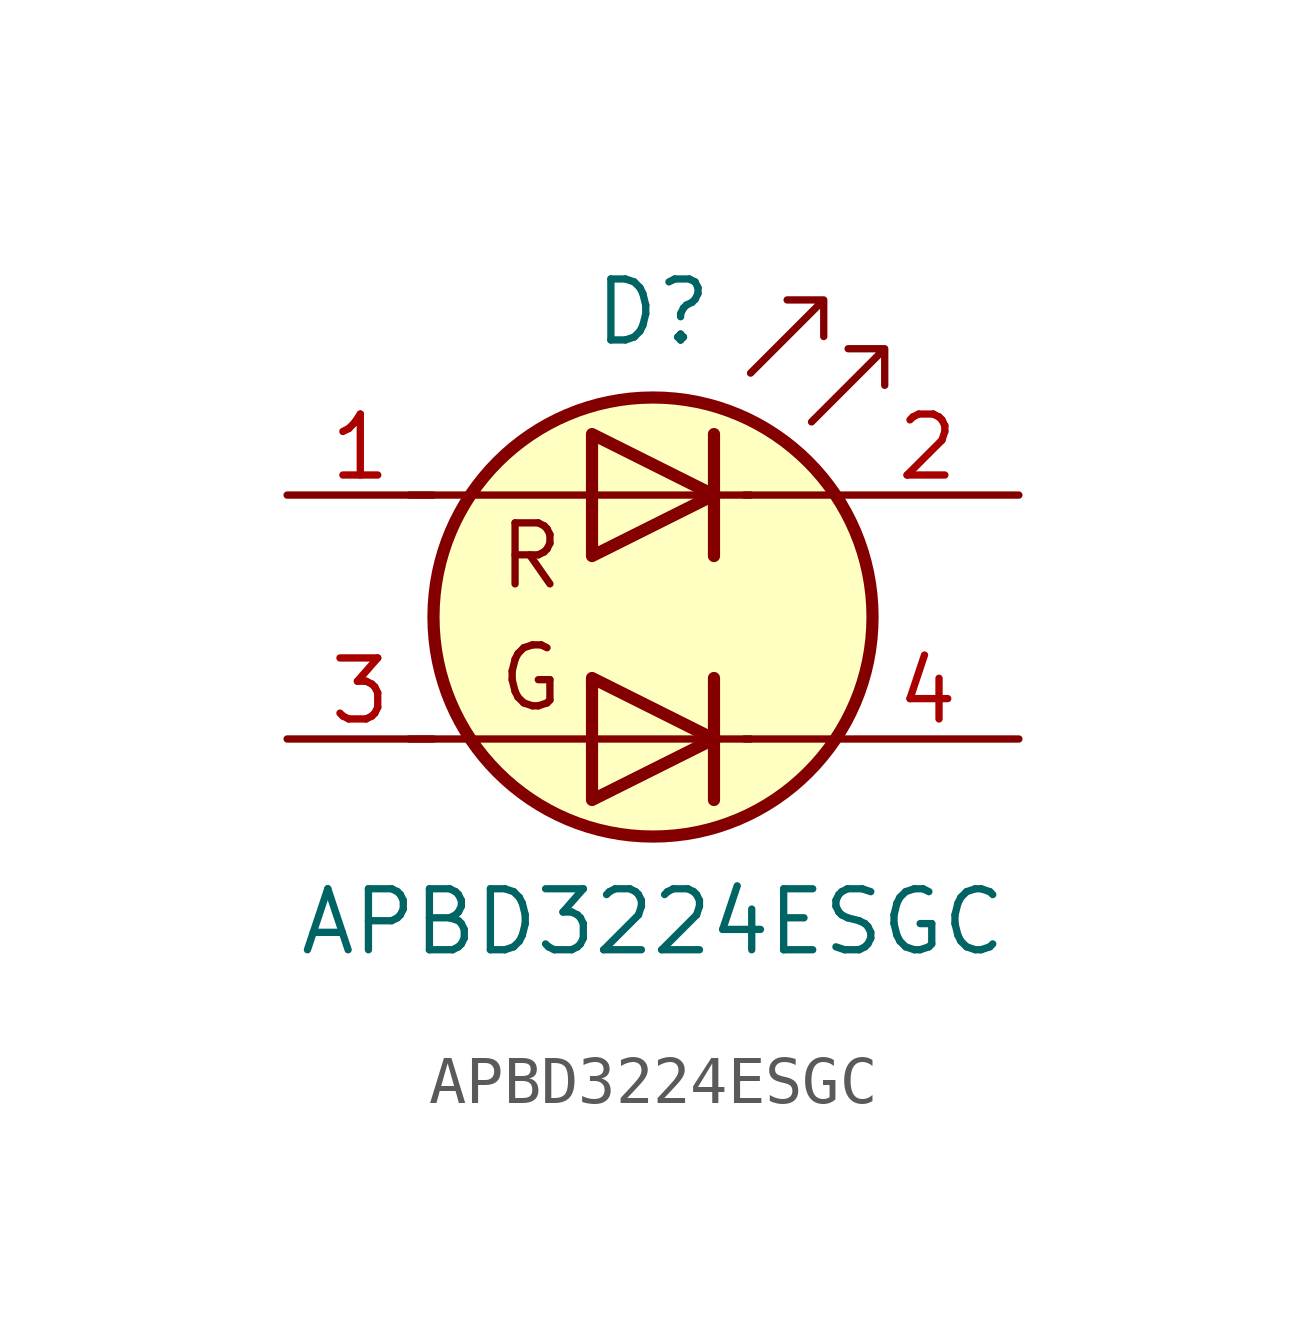
<source format=kicad_sym>
(kicad_symbol_lib
  (version 20211014)
  (generator kicad_symbol_editor)
  (symbol "APBD3224ESGC"
    (pin_names
      (offset 1) hide)
    (property "Reference" "D"
      (at 0 6.35 0)
      (effects (font (size 1.27 1.27))))
    (property "Value" "APBD3224ESGC"
      (at 0 -6.35 0)
      (effects (font (size 1.27 1.27))))
    (symbol "APBD3224ESGC_0_0"
      (text "G" (at -2.54 -1.27 0) (effects (font (size 1.27 1.27))))
      (text "R" (at -2.54 1.27 0) (effects (font (size 1.27 1.27)))))
    (symbol "APBD3224ESGC_0_1"
      (polyline (pts (xy -5.08 -2.54) (xy 2.032 -2.54)) (stroke (width 0) (type default) (color 0 0 0 0)) (fill (type none)))
      (polyline (pts (xy -5.08 2.54) (xy 2.032 2.54)) (stroke (width 0) (type default) (color 0 0 0 0)) (fill (type none)))
      (polyline (pts (xy 1.27 -1.27) (xy 1.27 -3.81)) (stroke (width 0.254) (type default) (color 0 0 0 0)) (fill (type none)))
      (polyline (pts (xy 1.27 3.81) (xy 1.27 1.27)) (stroke (width 0.254) (type default) (color 0 0 0 0)) (fill (type none)))
      (polyline (pts (xy 3.81 -2.54) (xy 1.905 -2.54)) (stroke (width 0) (type default) (color 0 0 0 0)) (fill (type none)))
      (polyline (pts (xy 3.81 2.54) (xy 1.905 2.54)) (stroke (width 0) (type default) (color 0 0 0 0)) (fill (type none)))
      (polyline (pts (xy -1.27 -1.27) (xy -1.27 -3.81) (xy 1.27 -2.54) (xy -1.27 -1.27)) (stroke (width 0.254) (type default) (color 0 0 0 0)) (fill (type none)))
      (polyline (pts (xy -1.27 3.81) (xy -1.27 1.27) (xy 1.27 2.54) (xy -1.27 3.81)) (stroke (width 0.254) (type default) (color 0 0 0 0)) (fill (type none)))
      (polyline (pts (xy 2.032 5.08) (xy 3.556 6.604) (xy 2.794 6.604) (xy 3.556 6.604) (xy 3.556 5.842)) (stroke (width 0) (type default) (color 0 0 0 0)) (fill (type none)))
      (polyline (pts (xy 3.302 4.064) (xy 4.826 5.588) (xy 4.064 5.588) (xy 4.826 5.588) (xy 4.826 4.826)) (stroke (width 0) (type default) (color 0 0 0 0)) (fill (type none)))
      (circle (center 0 0) (radius 4.572) (stroke (width 0.254) (type default) (color 0 0 0 0)) (fill (type background))))
    (symbol "APBD3224ESGC_1_1"
      (pin input line (at -7.62 2.54 0) (length 3.048) (name "A1" (effects (font (size 1.27 1.27)))) (number "1" (effects (font (size 1.27 1.27)))))
      (pin input line (at 7.62 2.54 180) (length 3.81) (name "K1" (effects (font (size 1.27 1.27)))) (number "2" (effects (font (size 1.27 1.27)))))
      (pin input line (at -7.62 -2.54 0) (length 3.048) (name "A2" (effects (font (size 1.27 1.27)))) (number "3" (effects (font (size 1.27 1.27)))))
      (pin input line (at 7.62 -2.54 180) (length 3.81) (name "K2" (effects (font (size 1.27 1.27)))) (number "4" (effects (font (size 1.27 1.27))))))))
</source>
